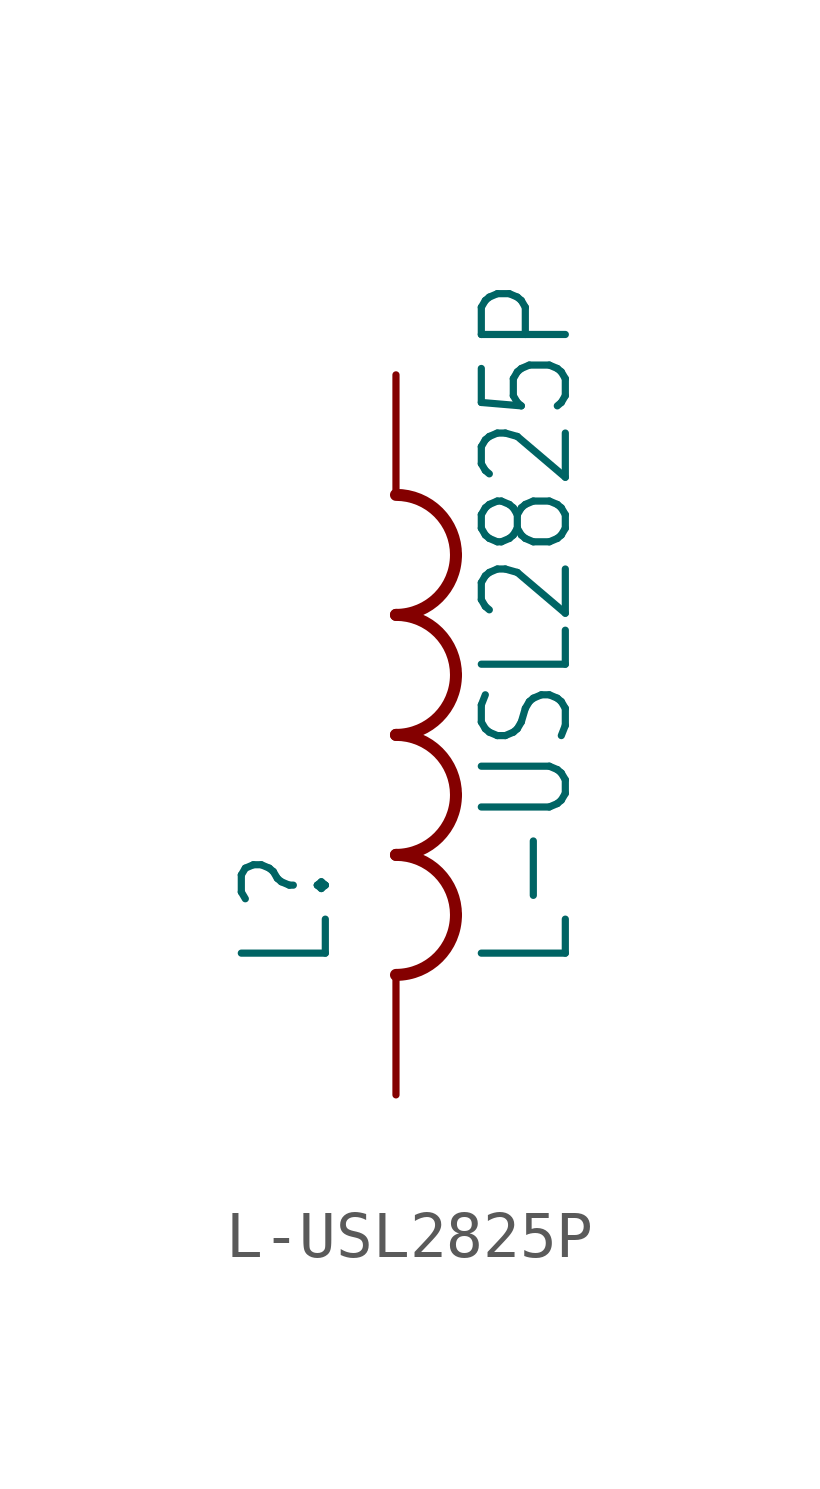
<source format=kicad_sym>
(kicad_symbol_lib
  (version 20211014)
  (generator kicad_symbol_editor)
  (symbol "L-USL2825P"
    (property "Reference" "L"
      (at -1.27 -5.08 90)
      (effects (font (size 1.778 1.511)) (justify left bottom)))
    (property "Value" "L-USL2825P"
      (at 3.81 -5.08 90)
      (effects (font (size 1.778 1.511)) (justify left bottom)))
    (property "ki_locked" ""
      (at 0 0 0)
      (effects (font (size 1.27 1.27))))
    (symbol "L-USL2825P_1_0"
      (arc (start 0 -5.08) (mid 0.898 -4.708) (end 1.27 -3.81) (stroke (width 0.254) (type default) (color 0 0 0 0)) (fill (type none)))
      (arc (start 0 -2.54) (mid 0.898 -2.168) (end 1.27 -1.27) (stroke (width 0.254) (type default) (color 0 0 0 0)) (fill (type none)))
      (arc (start 0 0) (mid 0.898 0.372) (end 1.27 1.27) (stroke (width 0.254) (type default) (color 0 0 0 0)) (fill (type none)))
      (arc (start 0 2.54) (mid 0.898 2.912) (end 1.27 3.81) (stroke (width 0.254) (type default) (color 0 0 0 0)) (fill (type none)))
      (arc (start 1.27 -3.81) (mid 0.898 -2.912) (end 0 -2.54) (stroke (width 0.254) (type default) (color 0 0 0 0)) (fill (type none)))
      (arc (start 1.27 -1.27) (mid 0.898 -0.372) (end 0 0) (stroke (width 0.254) (type default) (color 0 0 0 0)) (fill (type none)))
      (arc (start 1.27 1.27) (mid 0.898 2.168) (end 0 2.54) (stroke (width 0.254) (type default) (color 0 0 0 0)) (fill (type none)))
      (arc (start 1.27 3.81) (mid 0.898 4.708) (end 0 5.08) (stroke (width 0.254) (type default) (color 0 0 0 0)) (fill (type none)))
      (pin passive line (at 0 7.62 270) (length 2.54) (name "1" (effects (font (size 0 0)))) (number "1" (effects (font (size 0 0)))))
      (pin passive line (at 0 -7.62 90) (length 2.54) (name "2" (effects (font (size 0 0)))) (number "2" (effects (font (size 0 0))))))))
</source>
